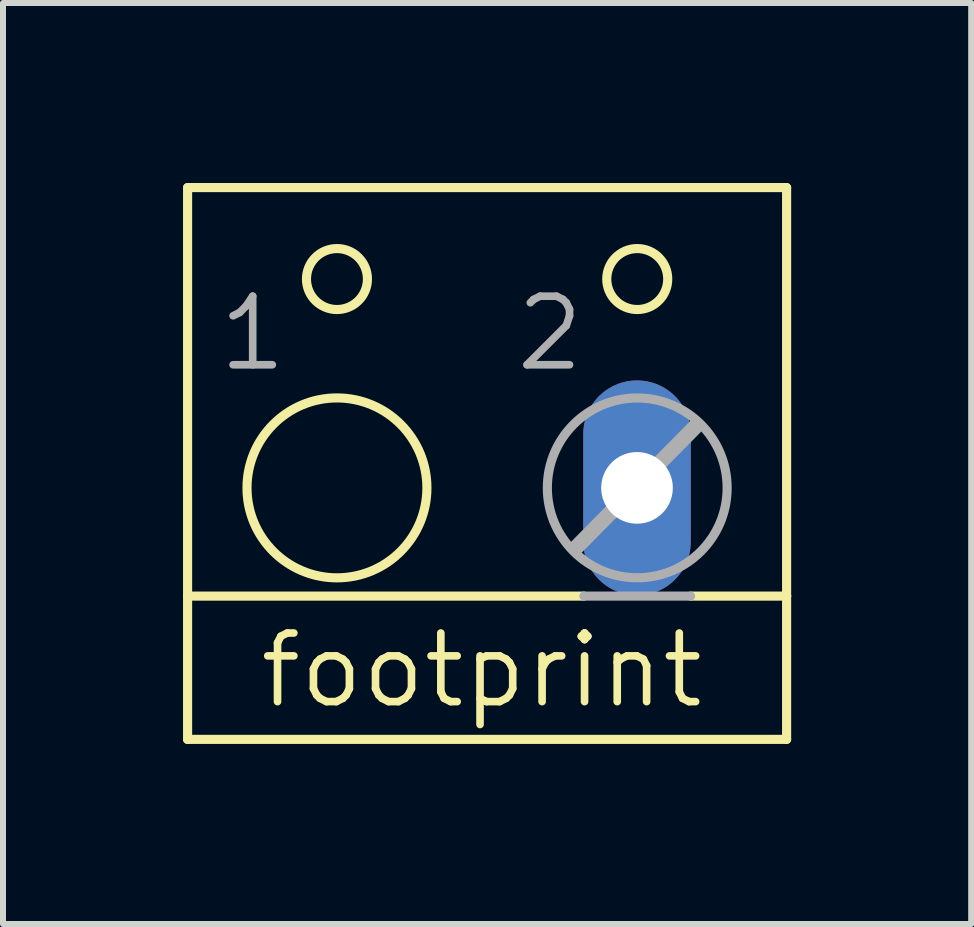
<source format=kicad_pcb>
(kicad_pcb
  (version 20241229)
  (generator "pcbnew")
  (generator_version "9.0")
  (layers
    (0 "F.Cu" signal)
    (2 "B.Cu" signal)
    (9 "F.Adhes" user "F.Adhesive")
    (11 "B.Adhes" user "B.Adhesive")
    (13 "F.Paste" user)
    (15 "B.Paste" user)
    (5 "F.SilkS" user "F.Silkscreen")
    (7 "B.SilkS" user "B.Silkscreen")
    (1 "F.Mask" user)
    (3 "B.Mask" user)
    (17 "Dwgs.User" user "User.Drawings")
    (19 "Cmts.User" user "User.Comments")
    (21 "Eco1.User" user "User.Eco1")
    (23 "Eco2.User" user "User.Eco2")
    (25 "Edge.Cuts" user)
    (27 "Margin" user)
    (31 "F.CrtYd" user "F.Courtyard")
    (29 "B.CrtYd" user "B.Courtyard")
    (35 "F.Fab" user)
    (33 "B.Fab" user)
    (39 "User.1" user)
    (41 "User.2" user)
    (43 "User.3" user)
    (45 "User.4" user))
  (footprint "footprint"
    (layer "F.Cu")
    (at 5.065 3.81)
    (property "Reference" "footprint" (at -3.846 4.978 0) (layer "F.SilkS") (effects (font (size 1.143 1.143) (thickness 0.127)) (justify left bottom)))
    (fp_line (start -4.989 3.073) (end -4.989 -3.734) (stroke (width 0.152) (type solid)) (layer "F.SilkS"))
    (fp_line (start -4.989 3.073) (end 1.615 3.073) (stroke (width 0.152) (type solid)) (layer "F.SilkS"))
    (fp_line (start -4.989 5.461) (end -4.989 3.073) (stroke (width 0.152) (type solid)) (layer "F.SilkS"))
    (fp_line (start -4.989 5.461) (end 4.993 5.461) (stroke (width 0.152) (type solid)) (layer "F.SilkS"))
    (fp_line (start 3.393 3.073) (end 4.993 3.073) (stroke (width 0.152) (type solid)) (layer "F.SilkS"))
    (fp_line (start 4.993 -3.734) (end -4.989 -3.734) (stroke (width 0.152) (type solid)) (layer "F.SilkS"))
    (fp_line (start 4.993 -3.734) (end 4.993 3.073) (stroke (width 0.152) (type solid)) (layer "F.SilkS"))
    (fp_line (start 4.993 3.073) (end 4.993 5.461) (stroke (width 0.152) (type solid)) (layer "F.SilkS"))
    (fp_circle (center -2.5 -2.21) (end -1.992 -2.21) (stroke (width 0.152) (type solid)) (fill no) (layer "F.SilkS"))
    (fp_circle (center -2.5 1.27) (end -1.001 1.27) (stroke (width 0.152) (type solid)) (fill no) (layer "F.SilkS"))
    (fp_circle (center 2.504 -2.21) (end 3.012 -2.21) (stroke (width 0.152) (type solid)) (fill no) (layer "F.SilkS"))
    (fp_line (start 1.488 2.261) (end 3.469 0.254) (stroke (width 0.254) (type solid)) (layer "F.Fab"))
    (fp_line (start 1.615 3.073) (end 3.393 3.073) (stroke (width 0.152) (type solid)) (layer "F.Fab"))
    (fp_circle (center 2.504 1.27) (end 4.002 1.27) (stroke (width 0.152) (type solid)) (fill no) (layer "F.Fab"))
    (fp_text user "2" (at 0.421 -0.635 0) (layer "F.Fab") (effects (font (size 1.143 1.143) (thickness 0.127)) (justify left bottom)))
    (fp_text user "1" (at -4.532 -0.635 0) (layer "F.Fab") (effects (font (size 1.143 1.143) (thickness 0.127)) (justify left bottom)))
    (pad "1" thru_hole oval (at 2.5 1.27 90) (size 3.581 1.791) (drill 1.194) (layers "*.Cu" "*.Mask")))
  (gr_rect
    (start -3 -3)
    (end 13.134 12.347)
    (stroke (width 0.1) (type default))
    (fill no)
    (layer "Edge.Cuts")))
</source>
